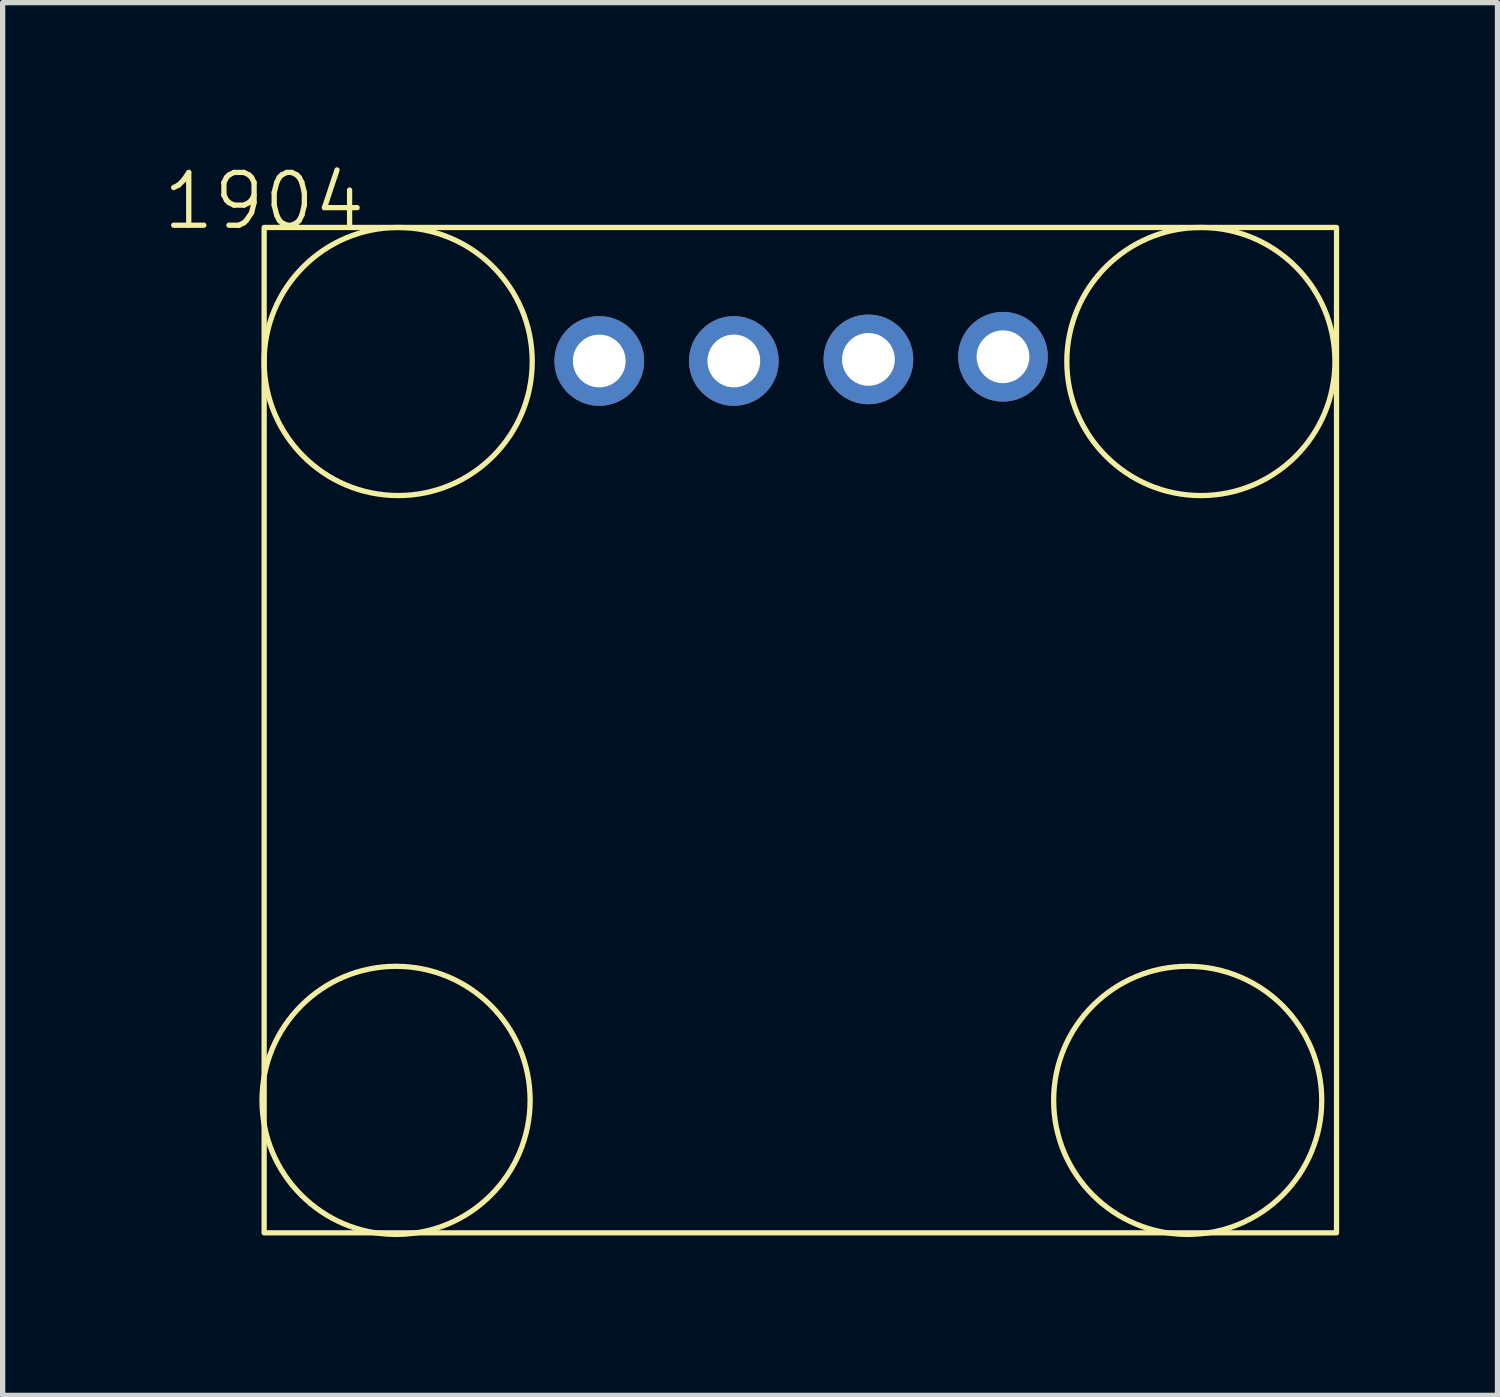
<source format=kicad_pcb>
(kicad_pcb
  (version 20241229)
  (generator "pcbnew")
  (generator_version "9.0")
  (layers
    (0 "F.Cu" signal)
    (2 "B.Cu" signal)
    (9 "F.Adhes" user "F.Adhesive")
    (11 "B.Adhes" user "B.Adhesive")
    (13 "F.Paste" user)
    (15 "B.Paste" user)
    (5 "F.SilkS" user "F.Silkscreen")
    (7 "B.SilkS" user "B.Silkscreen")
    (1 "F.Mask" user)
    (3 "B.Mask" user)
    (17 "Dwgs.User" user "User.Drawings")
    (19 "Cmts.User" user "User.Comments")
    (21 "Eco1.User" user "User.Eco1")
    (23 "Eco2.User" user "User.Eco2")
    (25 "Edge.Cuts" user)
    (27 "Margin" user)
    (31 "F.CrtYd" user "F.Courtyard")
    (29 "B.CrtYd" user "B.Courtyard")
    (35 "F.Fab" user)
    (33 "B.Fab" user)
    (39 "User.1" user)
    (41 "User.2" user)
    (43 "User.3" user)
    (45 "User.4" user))
  (footprint "1904"
    (layer "F.Cu")
    (at 1.955 1.26)
    (property "Reference" "1904" (at 0 -0.5 0) (unlocked yes) (layer "F.SilkS") (effects (font (size 1 1) (thickness 0.1))))
    (attr through_hole)
    (fp_rect (start 0 0) (end 20.32 19.05) (stroke (width 0.1) (type default)) (fill no) (layer "F.SilkS"))
    (fp_circle (center 2.5 16.54) (end 5.04 16.54) (stroke (width 0.1) (type default)) (fill no) (layer "F.SilkS"))
    (fp_circle (center 2.54 2.54) (end 5.08 2.54) (stroke (width 0.1) (type default)) (fill no) (layer "F.SilkS"))
    (fp_circle (center 17.5 16.54) (end 20.04 16.54) (stroke (width 0.1) (type default)) (fill no) (layer "F.SilkS"))
    (fp_circle (center 17.75 2.54) (end 20.29 2.5) (stroke (width 0.1) (type default)) (fill no) (layer "F.SilkS"))
    (pad "6" thru_hole circle (at 6.35 2.53) (size 1.7 1.7) (drill 1) (layers "*.Cu" "*.Mask"))
    (pad "7" thru_hole circle (at 8.9 2.53) (size 1.7 1.7) (drill 1) (layers "*.Cu" "*.Mask"))
    (pad "8" thru_hole circle (at 11.45 2.5) (size 1.7 1.7) (drill 1) (layers "*.Cu" "*.Mask"))
    (pad "9" thru_hole circle (at 14 2.45) (size 1.7 1.7) (drill 1) (layers "*.Cu" "*.Mask"))
    (zone (net_name "") (layer "F.SilkS") (name "keepout") (hatch edge 0.5) (connect_pads) (min_thickness 0.25) (filled_areas_thickness no) (keepout (tracks not_allowed) (vias not_allowed) (pads not_allowed) (copperpour allowed) (footprints allowed)) (placement (enabled no)) (fill) (polygon (pts (xy 22.275 1.26) (xy 22.275 20.311) (xy 1.955 20.311) (xy 1.955 1.26)))))
  (gr_rect
    (start -3 -3)
    (end 25.325 23.39)
    (stroke (width 0.1) (type default))
    (fill no)
    (layer "Edge.Cuts")))
</source>
